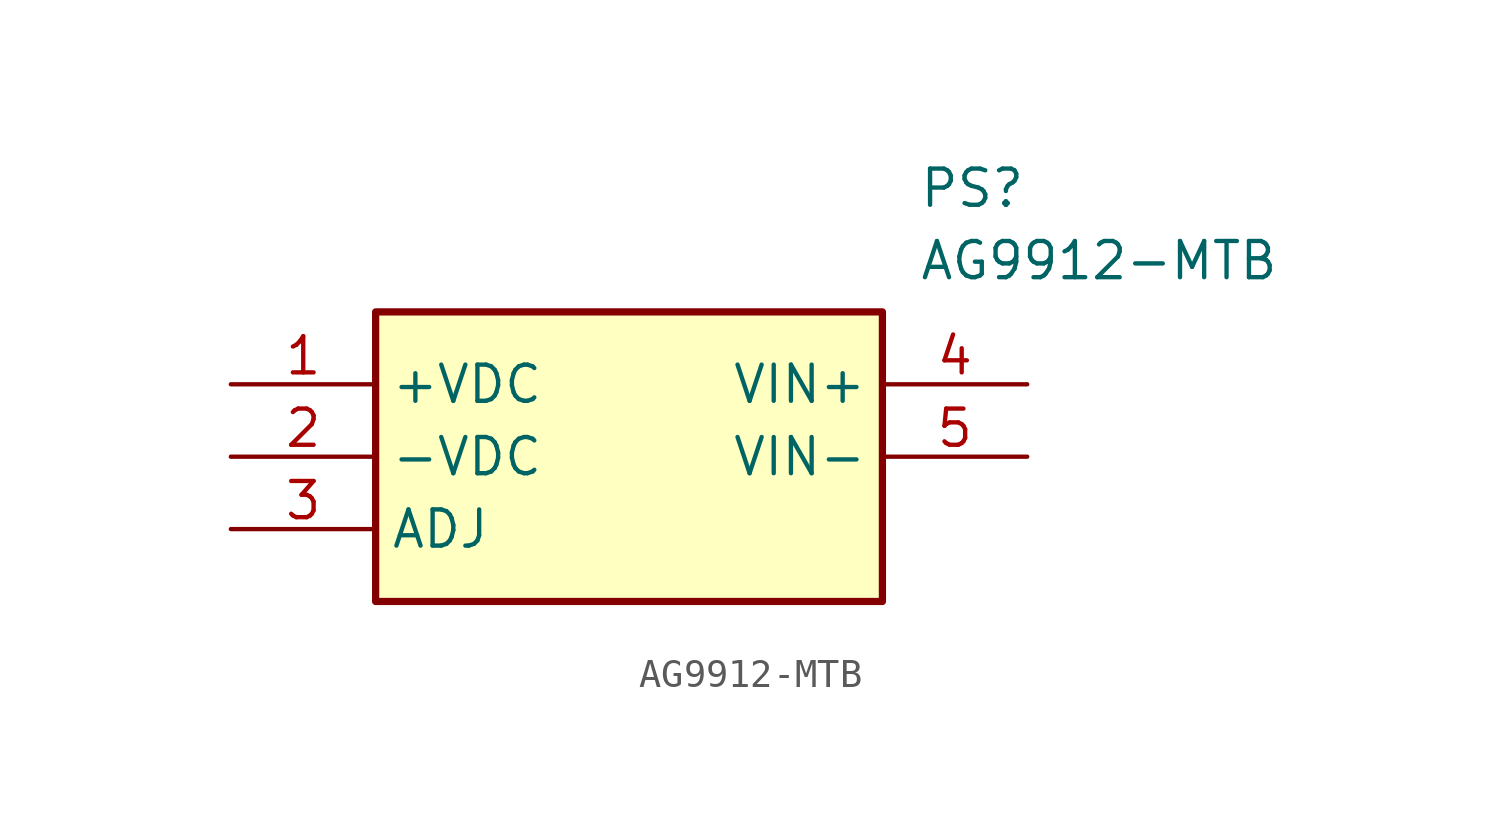
<source format=kicad_sym>
(kicad_symbol_lib
  (version 20211014)
  (generator SamacSys_ECAD_Model)
  (symbol "AG9912-MTB"
    (property "Reference" "PS"
      (at 24.13 7.62 0)
      (effects (font (size 1.27 1.27)) (justify left top)))
    (property "Value" "AG9912-MTB"
      (at 24.13 5.08 0)
      (effects (font (size 1.27 1.27)) (justify left top)))
    (rectangle
      (start 5.08 2.54)
      (end 22.86 -7.62)
      (stroke (width 0.254) (type default))
      (fill (type background)))
    (pin passive line
      (at 0 0 0)
      (length 5.08)
      (name "+VDC" (effects (font (size 1.27 1.27))))
      (number "1" (effects (font (size 1.27 1.27)))))
    (pin passive line
      (at 0 -2.54 0)
      (length 5.08)
      (name "-VDC" (effects (font (size 1.27 1.27))))
      (number "2" (effects (font (size 1.27 1.27)))))
    (pin passive line
      (at 0 -5.08 0)
      (length 5.08)
      (name "ADJ" (effects (font (size 1.27 1.27))))
      (number "3" (effects (font (size 1.27 1.27)))))
    (pin passive line
      (at 27.94 0 180)
      (length 5.08)
      (name "VIN+" (effects (font (size 1.27 1.27))))
      (number "4" (effects (font (size 1.27 1.27)))))
    (pin passive line
      (at 27.94 -2.54 180)
      (length 5.08)
      (name "VIN-" (effects (font (size 1.27 1.27))))
      (number "5" (effects (font (size 1.27 1.27)))))))
</source>
